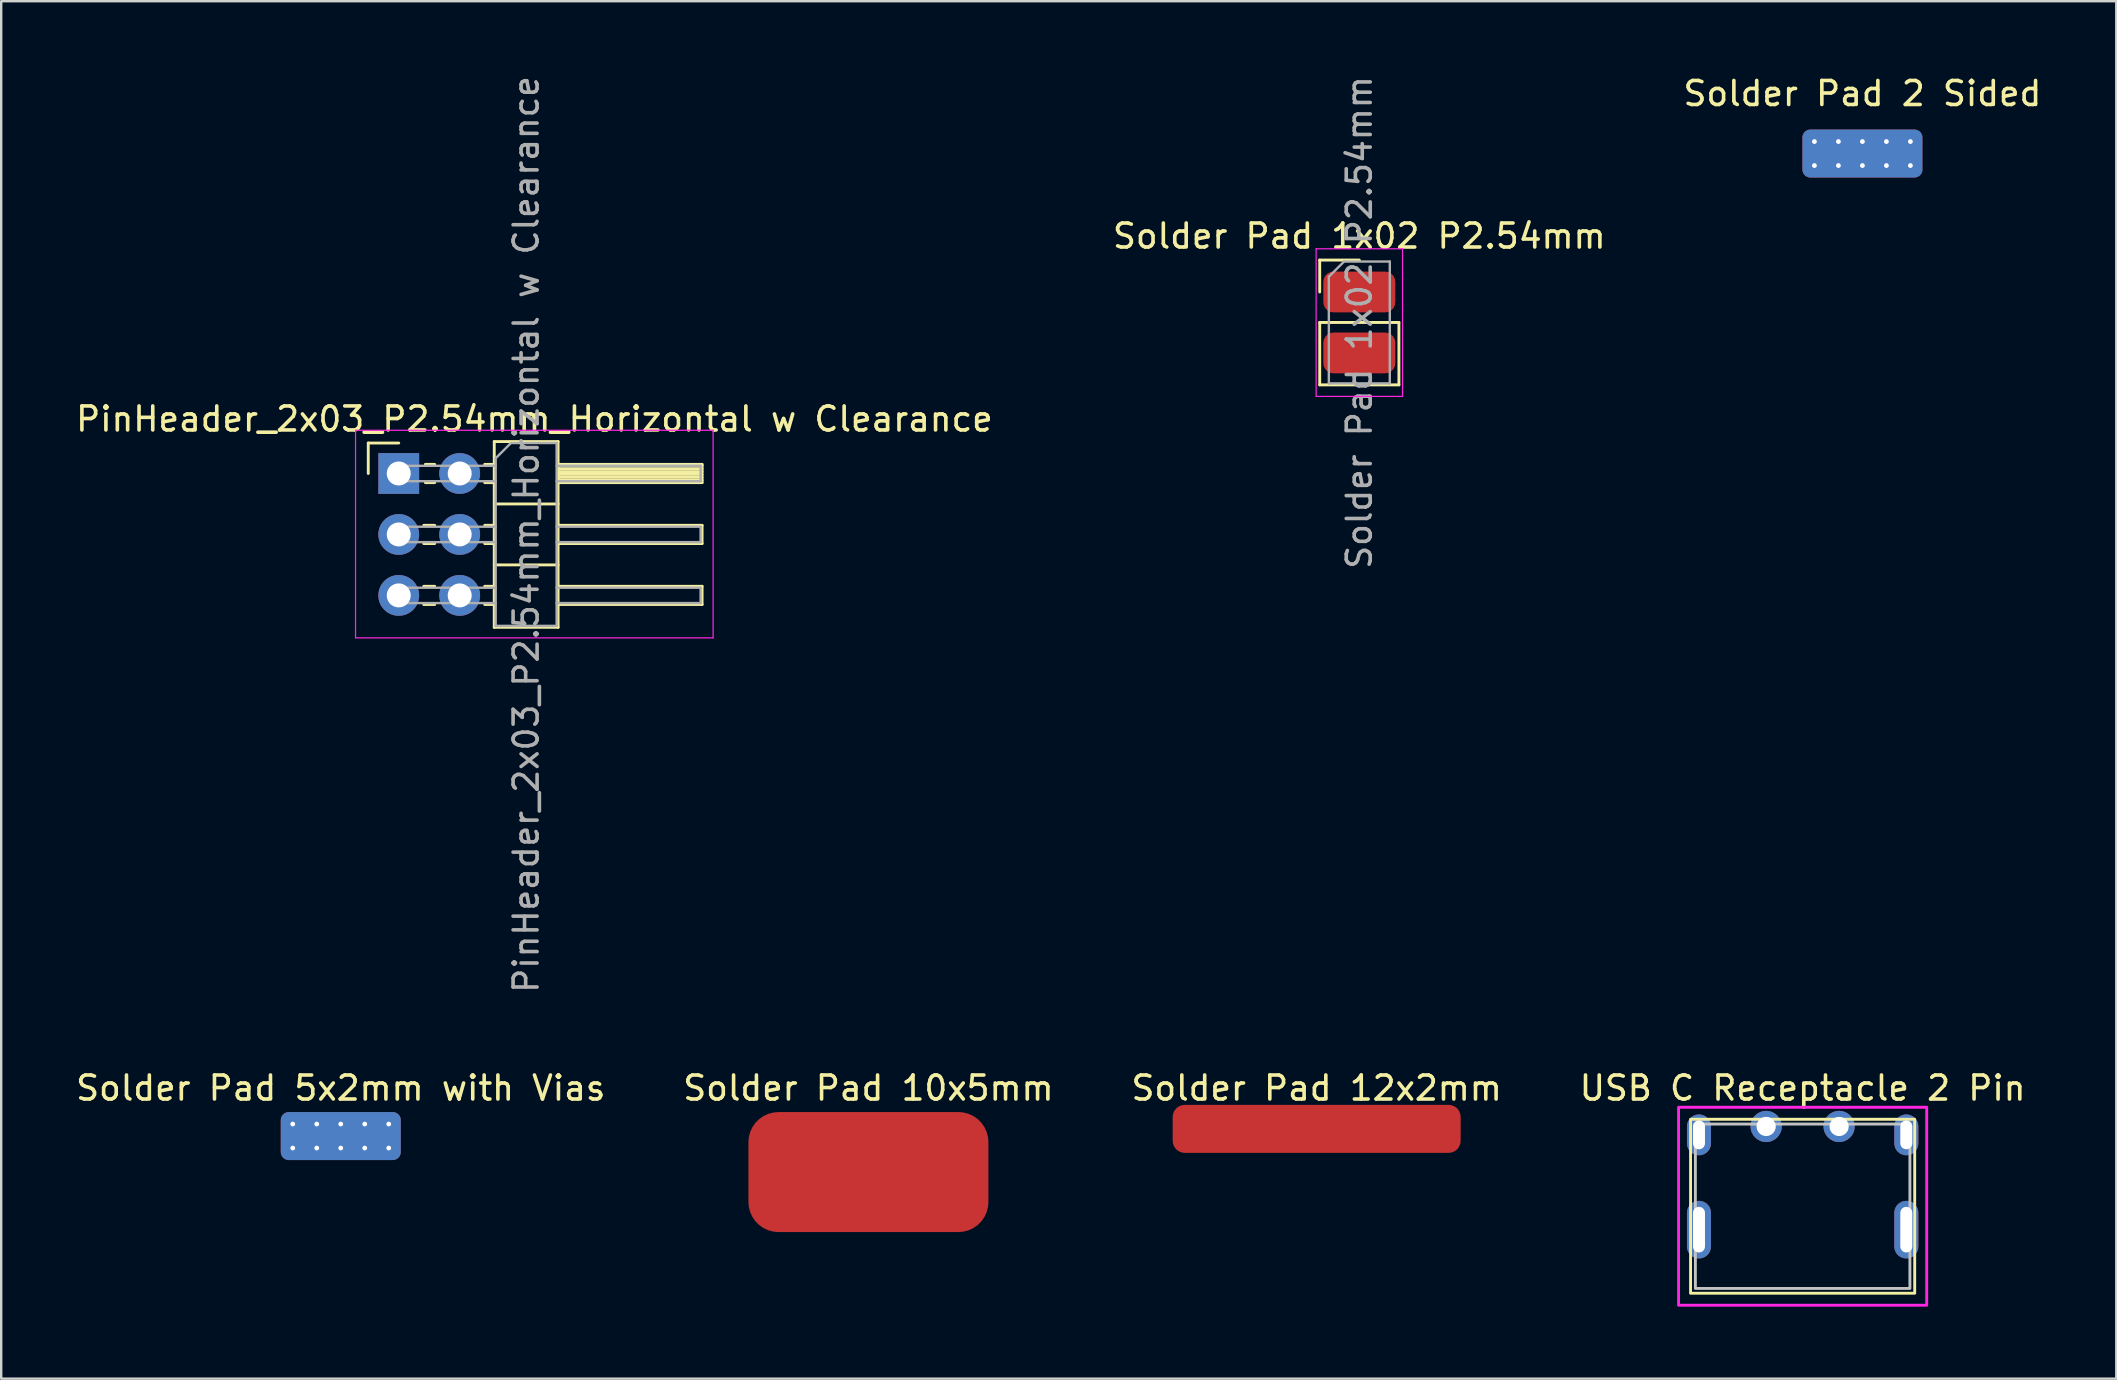
<source format=kicad_pcb>
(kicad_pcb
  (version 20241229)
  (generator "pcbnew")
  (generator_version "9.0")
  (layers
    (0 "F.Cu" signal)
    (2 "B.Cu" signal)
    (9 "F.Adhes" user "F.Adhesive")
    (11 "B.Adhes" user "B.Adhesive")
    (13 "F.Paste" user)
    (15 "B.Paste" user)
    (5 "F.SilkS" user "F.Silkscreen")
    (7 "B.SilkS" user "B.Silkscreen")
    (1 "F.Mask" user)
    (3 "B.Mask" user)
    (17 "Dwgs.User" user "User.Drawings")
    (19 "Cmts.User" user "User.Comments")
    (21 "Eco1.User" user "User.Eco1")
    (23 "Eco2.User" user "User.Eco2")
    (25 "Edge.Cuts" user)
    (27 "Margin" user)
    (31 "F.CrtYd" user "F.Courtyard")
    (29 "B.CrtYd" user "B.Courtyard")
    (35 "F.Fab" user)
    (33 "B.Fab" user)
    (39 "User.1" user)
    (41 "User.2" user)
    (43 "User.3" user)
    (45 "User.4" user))
  (footprint "Solder Pad 1x02 P2.54mm"
    (layer "F.Cu")
    (at 53.592 9.117)
    (property "Reference" "Solder Pad 1x02 P2.54mm" (at 0 -2.33 0) (layer "F.SilkS") (effects (font (size 1 1) (thickness 0.15))))
    (attr smd)
    (fp_line (start -1.65 -1.33) (end 0 -1.33) (stroke (width 0.12) (type solid)) (layer "F.SilkS"))
    (fp_line (start -1.65 0) (end -1.65 -1.33) (stroke (width 0.12) (type solid)) (layer "F.SilkS"))
    (fp_line (start -1.65 1.27) (end -1.65 3.87) (stroke (width 0.12) (type solid)) (layer "F.SilkS"))
    (fp_line (start -1.65 1.27) (end 1.65 1.27) (stroke (width 0.12) (type solid)) (layer "F.SilkS"))
    (fp_line (start -1.65 3.87) (end 1.65 3.87) (stroke (width 0.12) (type solid)) (layer "F.SilkS"))
    (fp_line (start 1.65 1.27) (end 1.65 3.87) (stroke (width 0.12) (type solid)) (layer "F.SilkS"))
    (fp_line (start -1.8 -1.8) (end -1.8 4.35) (stroke (width 0.05) (type solid)) (layer "F.CrtYd"))
    (fp_line (start -1.8 4.35) (end 1.8 4.35) (stroke (width 0.05) (type solid)) (layer "F.CrtYd"))
    (fp_line (start 1.8 -1.8) (end -1.8 -1.8) (stroke (width 0.05) (type solid)) (layer "F.CrtYd"))
    (fp_line (start 1.8 4.35) (end 1.8 -1.8) (stroke (width 0.05) (type solid)) (layer "F.CrtYd"))
    (fp_line (start -1.27 -0.635) (end -0.635 -1.27) (stroke (width 0.1) (type solid)) (layer "F.Fab"))
    (fp_line (start -1.27 3.81) (end -1.27 -0.635) (stroke (width 0.1) (type solid)) (layer "F.Fab"))
    (fp_line (start -0.635 -1.27) (end 1.27 -1.27) (stroke (width 0.1) (type solid)) (layer "F.Fab"))
    (fp_line (start 1.27 -1.27) (end 1.27 3.81) (stroke (width 0.1) (type solid)) (layer "F.Fab"))
    (fp_line (start 1.27 3.81) (end -1.27 3.81) (stroke (width 0.1) (type solid)) (layer "F.Fab"))
    (fp_text user "${REFERENCE}" (at 0 1.27 90) (layer "F.Fab") (effects (font (size 1 1) (thickness 0.15))))
    (pad "1" smd roundrect (at 0 0) (size 3 1.7) (layers "F.Cu" "F.Mask" "F.Paste") (roundrect_rratio 0.25))
    (pad "2" smd roundrect (at 0 2.54) (size 3 1.7) (layers "F.Cu" "F.Mask" "F.Paste") (roundrect_rratio 0.25)))
  (footprint "USB C Receptacle 2 Pin"
    (layer "F.Cu")
    (at 72.065 50.639)
    (property "Reference" "USB C Receptacle 2 Pin" (at 0 -8.35 0) (unlocked yes) (layer "F.SilkS") (effects (font (size 1 1) (thickness 0.15))))
    (attr through_hole)
    (fp_rect (start -4.67 -7.05) (end 4.67 0.2) (stroke (width 0.12) (type default)) (fill no) (layer "F.SilkS"))
    (fp_rect (start -4.47 -6.85) (end 4.47 0) (stroke (width 0.12) (type default)) (fill no) (layer "Dwgs.User"))
    (fp_rect (start -5.17 -7.55) (end 5.17 0.7) (stroke (width 0.12) (type default)) (fill no) (layer "F.CrtYd"))
    (pad "" thru_hole oval (at -4.32 -6.4) (size 1 1.7) (drill oval 0.5 1.2) (layers "*.Cu" "*.Mask"))
    (pad "" thru_hole oval (at -4.32 -2.45) (size 1 2.4) (drill oval 0.5 1.9) (layers "*.Cu" "*.Mask"))
    (pad "" thru_hole oval (at 4.32 -6.4) (size 1 1.7) (drill oval 0.5 1.2) (layers "*.Cu" "*.Mask"))
    (pad "" thru_hole oval (at 4.32 -2.45) (size 1 2.4) (drill oval 0.5 1.9) (layers "*.Cu" "*.Mask"))
    (pad "A9" thru_hole circle (at 1.52 -6.75) (size 1.3 1.3) (drill 0.8) (layers "*.Cu" "*.Mask"))
    (pad "A12" thru_hole circle (at -1.52 -6.75) (size 1.3 1.3) (drill 0.8) (layers "*.Cu" "*.Mask")))
  (footprint "Solder Pad 10x5mm"
    (layer "F.Cu")
    (at 33.137 45.789)
    (property "Reference" "Solder Pad 10x5mm" (at 0 -3.5 0) (unlocked yes) (layer "F.SilkS") (effects (font (size 1 1) (thickness 0.15))))
    (attr smd)
    (pad "1" connect roundrect (at 0 0) (size 10 5) (layers "F.Cu" "F.Mask") (roundrect_rratio 0.25)))
  (footprint "PinHeader_2x03_P2.54mm_Horizontal w Clearance"
    (layer "F.Cu")
    (at 13.565 16.68)
    (property "Reference" "PinHeader_2x03_P2.54mm_Horizontal w Clearance" (at 5.655 -2.27 0) (layer "F.SilkS") (effects (font (size 1 1) (thickness 0.15))))
    (attr through_hole)
    (fp_line (start -1.27 -1.27) (end 0 -1.27) (stroke (width 0.12) (type solid)) (layer "F.SilkS"))
    (fp_line (start -1.27 0) (end -1.27 -1.27) (stroke (width 0.12) (type solid)) (layer "F.SilkS"))
    (fp_line (start 1.043 2.16) (end 1.497 2.16) (stroke (width 0.12) (type solid)) (layer "F.SilkS"))
    (fp_line (start 1.043 2.92) (end 1.497 2.92) (stroke (width 0.12) (type solid)) (layer "F.SilkS"))
    (fp_line (start 1.043 4.7) (end 1.497 4.7) (stroke (width 0.12) (type solid)) (layer "F.SilkS"))
    (fp_line (start 1.043 5.46) (end 1.497 5.46) (stroke (width 0.12) (type solid)) (layer "F.SilkS"))
    (fp_line (start 1.11 -0.38) (end 1.497 -0.38) (stroke (width 0.12) (type solid)) (layer "F.SilkS"))
    (fp_line (start 1.11 0.38) (end 1.497 0.38) (stroke (width 0.12) (type solid)) (layer "F.SilkS"))
    (fp_line (start 3.583 -0.38) (end 3.98 -0.38) (stroke (width 0.12) (type solid)) (layer "F.SilkS"))
    (fp_line (start 3.583 0.38) (end 3.98 0.38) (stroke (width 0.12) (type solid)) (layer "F.SilkS"))
    (fp_line (start 3.583 2.16) (end 3.98 2.16) (stroke (width 0.12) (type solid)) (layer "F.SilkS"))
    (fp_line (start 3.583 2.92) (end 3.98 2.92) (stroke (width 0.12) (type solid)) (layer "F.SilkS"))
    (fp_line (start 3.583 4.7) (end 3.98 4.7) (stroke (width 0.12) (type solid)) (layer "F.SilkS"))
    (fp_line (start 3.583 5.46) (end 3.98 5.46) (stroke (width 0.12) (type solid)) (layer "F.SilkS"))
    (fp_line (start 3.98 -1.33) (end 3.98 6.41) (stroke (width 0.12) (type solid)) (layer "F.SilkS"))
    (fp_line (start 3.98 1.27) (end 6.64 1.27) (stroke (width 0.12) (type solid)) (layer "F.SilkS"))
    (fp_line (start 3.98 3.81) (end 6.64 3.81) (stroke (width 0.12) (type solid)) (layer "F.SilkS"))
    (fp_line (start 3.98 6.41) (end 6.64 6.41) (stroke (width 0.12) (type solid)) (layer "F.SilkS"))
    (fp_line (start 6.64 -1.33) (end 3.98 -1.33) (stroke (width 0.12) (type solid)) (layer "F.SilkS"))
    (fp_line (start 6.64 -0.38) (end 12.64 -0.38) (stroke (width 0.12) (type solid)) (layer "F.SilkS"))
    (fp_line (start 6.64 -0.32) (end 12.64 -0.32) (stroke (width 0.12) (type solid)) (layer "F.SilkS"))
    (fp_line (start 6.64 -0.2) (end 12.64 -0.2) (stroke (width 0.12) (type solid)) (layer "F.SilkS"))
    (fp_line (start 6.64 -0.08) (end 12.64 -0.08) (stroke (width 0.12) (type solid)) (layer "F.SilkS"))
    (fp_line (start 6.64 0.04) (end 12.64 0.04) (stroke (width 0.12) (type solid)) (layer "F.SilkS"))
    (fp_line (start 6.64 0.16) (end 12.64 0.16) (stroke (width 0.12) (type solid)) (layer "F.SilkS"))
    (fp_line (start 6.64 0.28) (end 12.64 0.28) (stroke (width 0.12) (type solid)) (layer "F.SilkS"))
    (fp_line (start 6.64 2.16) (end 12.64 2.16) (stroke (width 0.12) (type solid)) (layer "F.SilkS"))
    (fp_line (start 6.64 4.7) (end 12.64 4.7) (stroke (width 0.12) (type solid)) (layer "F.SilkS"))
    (fp_line (start 6.64 6.41) (end 6.64 -1.33) (stroke (width 0.12) (type solid)) (layer "F.SilkS"))
    (fp_line (start 12.64 -0.38) (end 12.64 0.38) (stroke (width 0.12) (type solid)) (layer "F.SilkS"))
    (fp_line (start 12.64 0.38) (end 6.64 0.38) (stroke (width 0.12) (type solid)) (layer "F.SilkS"))
    (fp_line (start 12.64 2.16) (end 12.64 2.92) (stroke (width 0.12) (type solid)) (layer "F.SilkS"))
    (fp_line (start 12.64 2.92) (end 6.64 2.92) (stroke (width 0.12) (type solid)) (layer "F.SilkS"))
    (fp_line (start 12.64 4.7) (end 12.64 5.46) (stroke (width 0.12) (type solid)) (layer "F.SilkS"))
    (fp_line (start 12.64 5.46) (end 6.64 5.46) (stroke (width 0.12) (type solid)) (layer "F.SilkS"))
    (fp_line (start -1.8 -1.8) (end -1.8 6.85) (stroke (width 0.05) (type solid)) (layer "F.CrtYd"))
    (fp_line (start -1.8 6.85) (end 13.1 6.85) (stroke (width 0.05) (type solid)) (layer "F.CrtYd"))
    (fp_line (start 13.1 -1.8) (end -1.8 -1.8) (stroke (width 0.05) (type solid)) (layer "F.CrtYd"))
    (fp_line (start 13.1 6.85) (end 13.1 -1.8) (stroke (width 0.05) (type solid)) (layer "F.CrtYd"))
    (fp_line (start -0.32 -0.32) (end -0.32 0.32) (stroke (width 0.1) (type solid)) (layer "F.Fab"))
    (fp_line (start -0.32 -0.32) (end 4.04 -0.32) (stroke (width 0.1) (type solid)) (layer "F.Fab"))
    (fp_line (start -0.32 0.32) (end 4.04 0.32) (stroke (width 0.1) (type solid)) (layer "F.Fab"))
    (fp_line (start -0.32 2.22) (end -0.32 2.86) (stroke (width 0.1) (type solid)) (layer "F.Fab"))
    (fp_line (start -0.32 2.22) (end 4.04 2.22) (stroke (width 0.1) (type solid)) (layer "F.Fab"))
    (fp_line (start -0.32 2.86) (end 4.04 2.86) (stroke (width 0.1) (type solid)) (layer "F.Fab"))
    (fp_line (start -0.32 4.76) (end -0.32 5.4) (stroke (width 0.1) (type solid)) (layer "F.Fab"))
    (fp_line (start -0.32 4.76) (end 4.04 4.76) (stroke (width 0.1) (type solid)) (layer "F.Fab"))
    (fp_line (start -0.32 5.4) (end 4.04 5.4) (stroke (width 0.1) (type solid)) (layer "F.Fab"))
    (fp_line (start 4.04 -0.635) (end 4.675 -1.27) (stroke (width 0.1) (type solid)) (layer "F.Fab"))
    (fp_line (start 4.04 6.35) (end 4.04 -0.635) (stroke (width 0.1) (type solid)) (layer "F.Fab"))
    (fp_line (start 4.675 -1.27) (end 6.58 -1.27) (stroke (width 0.1) (type solid)) (layer "F.Fab"))
    (fp_line (start 6.58 -1.27) (end 6.58 6.35) (stroke (width 0.1) (type solid)) (layer "F.Fab"))
    (fp_line (start 6.58 -0.32) (end 12.58 -0.32) (stroke (width 0.1) (type solid)) (layer "F.Fab"))
    (fp_line (start 6.58 0.32) (end 12.58 0.32) (stroke (width 0.1) (type solid)) (layer "F.Fab"))
    (fp_line (start 6.58 2.22) (end 12.58 2.22) (stroke (width 0.1) (type solid)) (layer "F.Fab"))
    (fp_line (start 6.58 2.86) (end 12.58 2.86) (stroke (width 0.1) (type solid)) (layer "F.Fab"))
    (fp_line (start 6.58 4.76) (end 12.58 4.76) (stroke (width 0.1) (type solid)) (layer "F.Fab"))
    (fp_line (start 6.58 5.4) (end 12.58 5.4) (stroke (width 0.1) (type solid)) (layer "F.Fab"))
    (fp_line (start 6.58 6.35) (end 4.04 6.35) (stroke (width 0.1) (type solid)) (layer "F.Fab"))
    (fp_line (start 12.58 -0.32) (end 12.58 0.32) (stroke (width 0.1) (type solid)) (layer "F.Fab"))
    (fp_line (start 12.58 2.22) (end 12.58 2.86) (stroke (width 0.1) (type solid)) (layer "F.Fab"))
    (fp_line (start 12.58 4.76) (end 12.58 5.4) (stroke (width 0.1) (type solid)) (layer "F.Fab"))
    (fp_text user "${REFERENCE}" (at 5.31 2.54 90) (layer "F.Fab") (effects (font (size 1 1) (thickness 0.15))))
    (pad "1" thru_hole rect (at 0 0) (size 1.7 1.7) (drill 1) (layers "*.Cu" "*.Mask"))
    (pad "2" thru_hole oval (at 2.54 0) (size 1.7 1.7) (drill 1) (layers "*.Cu" "*.Mask"))
    (pad "3" thru_hole oval (at 0 2.54) (size 1.7 1.7) (drill 1) (layers "*.Cu" "*.Mask"))
    (pad "4" thru_hole oval (at 2.54 2.54) (size 1.7 1.7) (drill 1) (layers "*.Cu" "*.Mask"))
    (pad "5" thru_hole oval (at 0 5.08) (size 1.7 1.7) (drill 1) (layers "*.Cu" "*.Mask"))
    (pad "6" thru_hole oval (at 2.54 5.08) (size 1.7 1.7) (drill 1) (layers "*.Cu" "*.Mask"))
    (zone (net_name "") (layers "F.Cu" "F.SilkS") (name "Socket Clearance") (hatch full 0.5) (connect_pads) (min_thickness 0.25) (filled_areas_thickness no) (keepout (tracks allowed) (vias allowed) (pads allowed) (copperpour allowed) (footprints not_allowed)) (placement (enabled no)) (fill) (polygon (pts (xy 26.205 15.35) (xy 26.205 23.09) (xy 40.205 23.09) (xy 40.205 15.35)))))
  (footprint "Solder Pad 12x2mm"
    (layer "F.Cu")
    (at 51.815 43.989)
    (property "Reference" "Solder Pad 12x2mm" (at 0 -1.7 0) (unlocked yes) (layer "F.SilkS") (effects (font (size 1 1) (thickness 0.15))))
    (attr smd)
    (pad "1" smd roundrect (at 0 0) (size 12 2) (layers "F.Cu" "F.Mask" "F.Paste") (roundrect_rratio 0.25)))
  (footprint "Solder Pad 2 Sided"
    (layer "F.Cu")
    (at 74.556 3.348)
    (property "Reference" "Solder Pad 2 Sided" (at 0 -2.5 0) (unlocked yes) (layer "F.SilkS") (effects (font (size 1 1) (thickness 0.15))))
    (pad "1" thru_hole circle (at -2 -0.5) (size 0.5 0.5) (drill 0.2) (layers "*.Cu" "*.Mask"))
    (pad "1" thru_hole circle (at -2 0.5) (size 0.5 0.5) (drill 0.2) (layers "*.Cu" "*.Mask"))
    (pad "1" thru_hole circle (at -1 -0.5) (size 0.5 0.5) (drill 0.2) (layers "*.Cu" "*.Mask"))
    (pad "1" thru_hole circle (at -1 0.5) (size 0.5 0.5) (drill 0.2) (layers "*.Cu" "*.Mask"))
    (pad "1" thru_hole circle (at 0 -0.5) (size 0.5 0.5) (drill 0.2) (layers "*.Cu" "*.Mask"))
    (pad "1" smd roundrect (at 0 0) (size 5 2) (layers "F.Cu" "F.Mask") (roundrect_rratio 0.164))
    (pad "1" smd roundrect (at 0 0) (size 5 2) (layers "B.Cu" "B.Mask") (roundrect_rratio 0.164))
    (pad "1" thru_hole circle (at 0 0.5) (size 0.5 0.5) (drill 0.2) (layers "*.Cu" "*.Mask"))
    (pad "1" thru_hole circle (at 1 -0.5) (size 0.5 0.5) (drill 0.2) (layers "*.Cu" "*.Mask"))
    (pad "1" thru_hole circle (at 1 0.5) (size 0.5 0.5) (drill 0.2) (layers "*.Cu" "*.Mask"))
    (pad "1" thru_hole circle (at 2 -0.5) (size 0.5 0.5) (drill 0.2) (layers "*.Cu" "*.Mask"))
    (pad "1" thru_hole circle (at 2 0.5) (size 0.5 0.5) (drill 0.2) (layers "*.Cu" "*.Mask")))
  (footprint "Solder Pad 5x2mm with Vias"
    (layer "F.Cu")
    (at 11.149 44.289)
    (property "Reference" "Solder Pad 5x2mm with Vias" (at 0 -2 0) (unlocked yes) (layer "F.SilkS") (effects (font (size 1 1) (thickness 0.15))))
    (pad "1" thru_hole circle (at -2 -0.5) (size 0.5 0.5) (drill 0.2) (layers "*.Cu" "*.Mask"))
    (pad "1" thru_hole circle (at -2 0.5) (size 0.5 0.5) (drill 0.2) (layers "*.Cu" "*.Mask"))
    (pad "1" thru_hole circle (at -1 -0.5) (size 0.5 0.5) (drill 0.2) (layers "*.Cu" "*.Mask"))
    (pad "1" thru_hole circle (at -1 0.5) (size 0.5 0.5) (drill 0.2) (layers "*.Cu" "*.Mask"))
    (pad "1" thru_hole circle (at 0 -0.5) (size 0.5 0.5) (drill 0.2) (layers "*.Cu" "*.Mask"))
    (pad "1" connect roundrect (at 0 0) (size 5 2) (layers "F.Cu" "F.Mask") (roundrect_rratio 0.164))
    (pad "1" connect roundrect (at 0 0) (size 5 2) (layers "B.Cu" "B.Mask") (roundrect_rratio 0.164))
    (pad "1" thru_hole circle (at 0 0.5) (size 0.5 0.5) (drill 0.2) (layers "*.Cu" "*.Mask"))
    (pad "1" thru_hole circle (at 1 -0.5) (size 0.5 0.5) (drill 0.2) (layers "*.Cu" "*.Mask"))
    (pad "1" thru_hole circle (at 1 0.5) (size 0.5 0.5) (drill 0.2) (layers "*.Cu" "*.Mask"))
    (pad "1" thru_hole circle (at 2 -0.5) (size 0.5 0.5) (drill 0.2) (layers "*.Cu" "*.Mask"))
    (pad "1" thru_hole circle (at 2 0.5) (size 0.5 0.5) (drill 0.2) (layers "*.Cu" "*.Mask")))
  (gr_rect
    (start -3 -3)
    (end 85.134 54.399)
    (stroke (width 0.1) (type default))
    (fill no)
    (layer "Edge.Cuts")))
</source>
